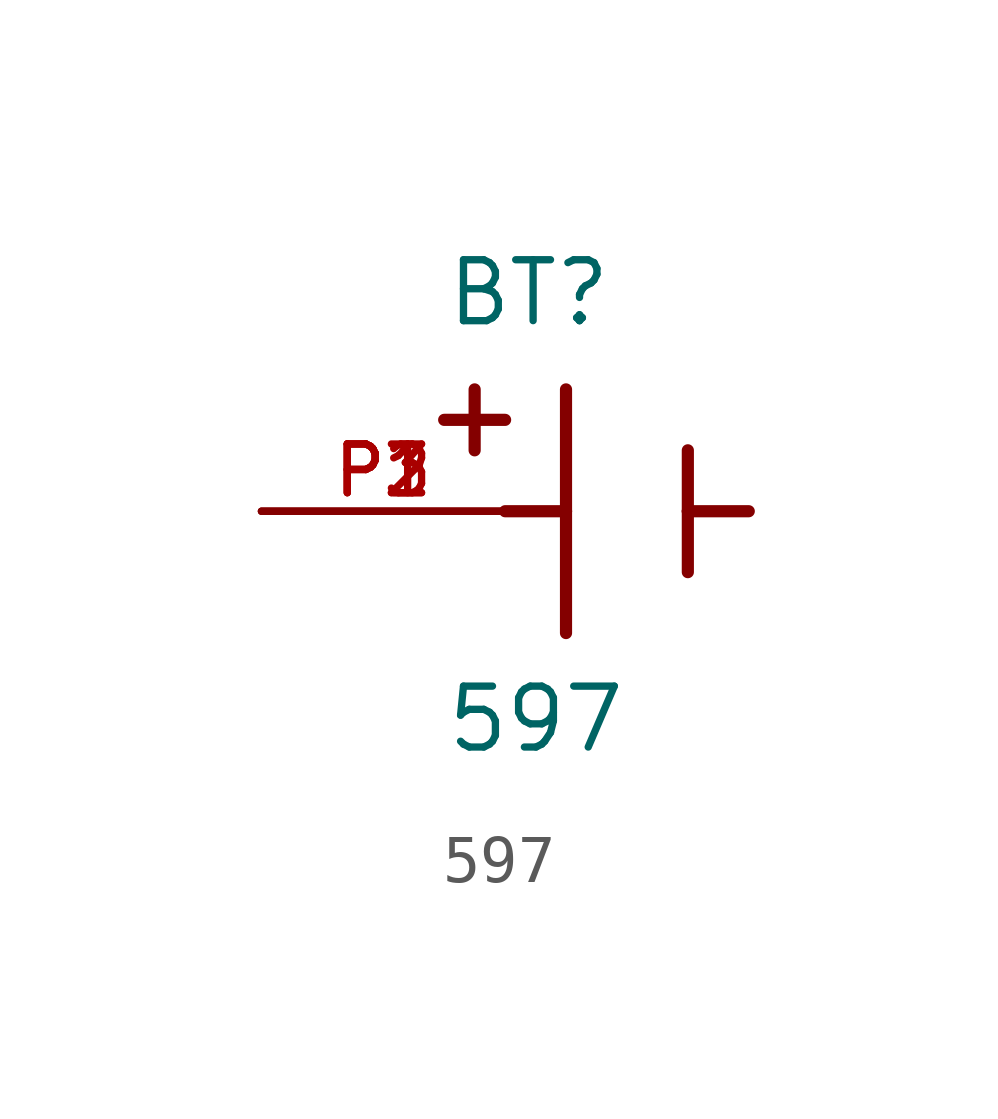
<source format=kicad_sym>
(kicad_symbol_lib
  (version 20211014)
  (generator kicad_symbol_editor)
  (symbol "597"
    (pin_names
      (offset 1.016))
    (property "Reference" "BT"
      (at -3.81 3.81 0)
      (effects (font (size 1.27 1.27)) (justify bottom left)))
    (property "Value" "597"
      (at -3.81 -5.08 0)
      (effects (font (size 1.27 1.27)) (justify bottom left)))
    (symbol "597_0_0"
      (polyline (pts (xy -1.27 2.54) (xy -1.27 0.0)) (stroke (width 0.254)))
      (polyline (pts (xy -1.27 0.0) (xy -1.27 -2.54)) (stroke (width 0.254)))
      (polyline (pts (xy 1.27 1.27) (xy 1.27 0.0)) (stroke (width 0.254)))
      (polyline (pts (xy 1.27 0.0) (xy 1.27 -1.27)) (stroke (width 0.254)))
      (polyline (pts (xy -1.27 0.0) (xy -2.54 0.0)) (stroke (width 0.254)))
      (polyline (pts (xy 1.27 0.0) (xy 2.54 0.0)) (stroke (width 0.254)))
      (polyline (pts (xy -3.175 2.54) (xy -3.175 1.27)) (stroke (width 0.254)))
      (polyline (pts (xy -3.81 1.905) (xy -2.54 1.905)) (stroke (width 0.254)))
      (pin passive line (at -7.62 0.0 0) (length 5.08) (name "~" (effects (font (size 1.016 1.016)))) (number "P1" (effects (font (size 1.016 1.016)))))
      (pin passive line (at -7.62 0.0 0) (length 5.08) (name "~" (effects (font (size 1.016 1.016)))) (number "P2" (effects (font (size 1.016 1.016)))))
      (pin passive line (at -7.62 0.0 0) (length 5.08) (name "~" (effects (font (size 1.016 1.016)))) (number "P3" (effects (font (size 1.016 1.016))))))))
</source>
